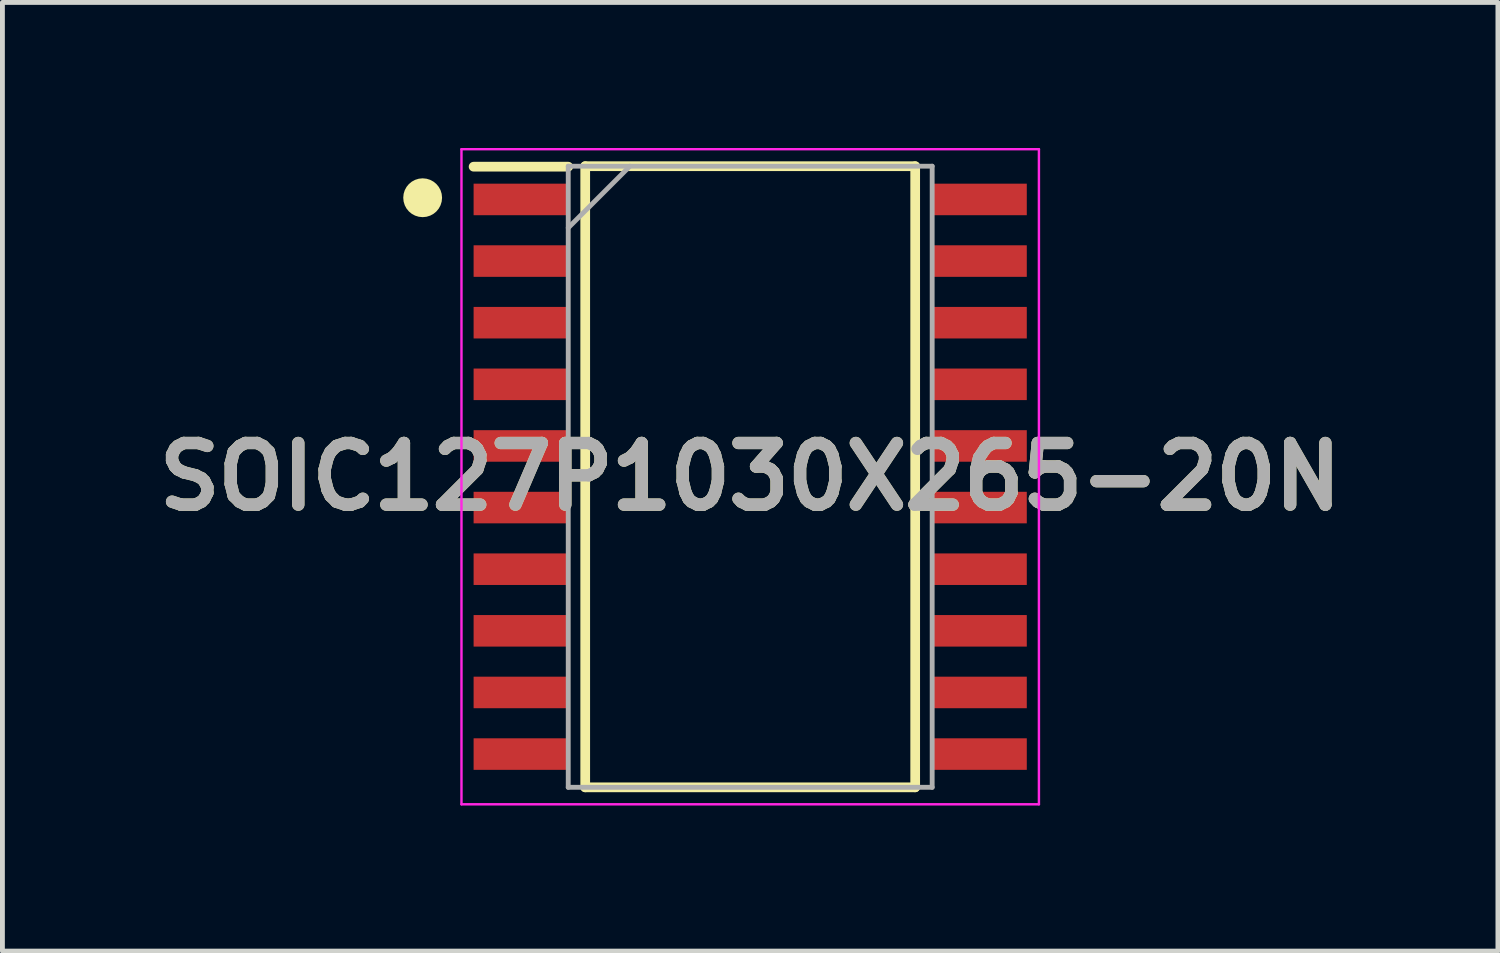
<source format=kicad_pcb>
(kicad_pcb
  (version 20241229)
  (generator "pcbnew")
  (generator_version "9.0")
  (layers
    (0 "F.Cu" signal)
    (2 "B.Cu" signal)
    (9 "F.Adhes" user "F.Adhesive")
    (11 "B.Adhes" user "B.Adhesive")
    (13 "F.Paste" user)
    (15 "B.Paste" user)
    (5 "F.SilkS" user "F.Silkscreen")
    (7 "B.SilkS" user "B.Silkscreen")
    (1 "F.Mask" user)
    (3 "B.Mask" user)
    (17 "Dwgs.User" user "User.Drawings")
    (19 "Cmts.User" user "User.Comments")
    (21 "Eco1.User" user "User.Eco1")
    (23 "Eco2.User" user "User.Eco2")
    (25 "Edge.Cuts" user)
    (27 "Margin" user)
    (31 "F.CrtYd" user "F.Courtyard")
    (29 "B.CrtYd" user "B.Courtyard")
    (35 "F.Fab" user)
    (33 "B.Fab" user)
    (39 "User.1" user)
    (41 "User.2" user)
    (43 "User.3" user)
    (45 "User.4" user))
  (footprint "SOIC127P1030X265-20N"
    (layer "F.Cu")
    (at 12.41 6.775)
    (property "Reference" "SOIC127P1030X265-20N" (at 0 0 0) (layer "F.SilkS") (effects (font (size 1.27 1.27) (thickness 0.254))))
    (attr smd)
    (fp_line (start -5.7 -6.39) (end -3.75 -6.39) (stroke (width 0.2) (type solid)) (layer "F.SilkS"))
    (fp_line (start -3.4 -6.4) (end 3.4 -6.4) (stroke (width 0.2) (type solid)) (layer "F.SilkS"))
    (fp_line (start -3.4 6.4) (end -3.4 -6.4) (stroke (width 0.2) (type solid)) (layer "F.SilkS"))
    (fp_line (start 3.4 -6.4) (end 3.4 6.4) (stroke (width 0.2) (type solid)) (layer "F.SilkS"))
    (fp_line (start 3.4 6.4) (end -3.4 6.4) (stroke (width 0.2) (type solid)) (layer "F.SilkS"))
    (fp_circle (center -6.75 -5.75) (end -6.75 -5.75) (stroke (width 0.4) (type solid)) (fill no) (layer "F.SilkS"))
    (fp_line (start -5.95 -6.75) (end 5.95 -6.75) (stroke (width 0.05) (type solid)) (layer "F.CrtYd"))
    (fp_line (start -5.95 6.75) (end -5.95 -6.75) (stroke (width 0.05) (type solid)) (layer "F.CrtYd"))
    (fp_line (start 5.95 -6.75) (end 5.95 6.75) (stroke (width 0.05) (type solid)) (layer "F.CrtYd"))
    (fp_line (start 5.95 6.75) (end -5.95 6.75) (stroke (width 0.05) (type solid)) (layer "F.CrtYd"))
    (fp_line (start -3.75 -6.4) (end 3.75 -6.4) (stroke (width 0.1) (type solid)) (layer "F.Fab"))
    (fp_line (start -3.75 -5.13) (end -2.48 -6.4) (stroke (width 0.1) (type solid)) (layer "F.Fab"))
    (fp_line (start -3.75 6.4) (end -3.75 -6.4) (stroke (width 0.1) (type solid)) (layer "F.Fab"))
    (fp_line (start 3.75 -6.4) (end 3.75 6.4) (stroke (width 0.1) (type solid)) (layer "F.Fab"))
    (fp_line (start 3.75 6.4) (end -3.75 6.4) (stroke (width 0.1) (type solid)) (layer "F.Fab"))
    (fp_text user "${REFERENCE}" (at 0 0 0) (layer "F.Fab") (effects (font (size 1.27 1.27) (thickness 0.254))))
    (pad "1" smd rect (at -4.725 -5.715 90) (size 0.65 1.95) (layers "F.Cu" "F.Mask" "F.Paste"))
    (pad "2" smd rect (at -4.725 -4.445 90) (size 0.65 1.95) (layers "F.Cu" "F.Mask" "F.Paste"))
    (pad "3" smd rect (at -4.725 -3.175 90) (size 0.65 1.95) (layers "F.Cu" "F.Mask" "F.Paste"))
    (pad "4" smd rect (at -4.725 -1.905 90) (size 0.65 1.95) (layers "F.Cu" "F.Mask" "F.Paste"))
    (pad "5" smd rect (at -4.725 -0.635 90) (size 0.65 1.95) (layers "F.Cu" "F.Mask" "F.Paste"))
    (pad "6" smd rect (at -4.725 0.635 90) (size 0.65 1.95) (layers "F.Cu" "F.Mask" "F.Paste"))
    (pad "7" smd rect (at -4.725 1.905 90) (size 0.65 1.95) (layers "F.Cu" "F.Mask" "F.Paste"))
    (pad "8" smd rect (at -4.725 3.175 90) (size 0.65 1.95) (layers "F.Cu" "F.Mask" "F.Paste"))
    (pad "9" smd rect (at -4.725 4.445 90) (size 0.65 1.95) (layers "F.Cu" "F.Mask" "F.Paste"))
    (pad "10" smd rect (at -4.725 5.715 90) (size 0.65 1.95) (layers "F.Cu" "F.Mask" "F.Paste"))
    (pad "11" smd rect (at 4.725 5.715 90) (size 0.65 1.95) (layers "F.Cu" "F.Mask" "F.Paste"))
    (pad "12" smd rect (at 4.725 4.445 90) (size 0.65 1.95) (layers "F.Cu" "F.Mask" "F.Paste"))
    (pad "13" smd rect (at 4.725 3.175 90) (size 0.65 1.95) (layers "F.Cu" "F.Mask" "F.Paste"))
    (pad "14" smd rect (at 4.725 1.905 90) (size 0.65 1.95) (layers "F.Cu" "F.Mask" "F.Paste"))
    (pad "15" smd rect (at 4.725 0.635 90) (size 0.65 1.95) (layers "F.Cu" "F.Mask" "F.Paste"))
    (pad "16" smd rect (at 4.725 -0.635 90) (size 0.65 1.95) (layers "F.Cu" "F.Mask" "F.Paste"))
    (pad "17" smd rect (at 4.725 -1.905 90) (size 0.65 1.95) (layers "F.Cu" "F.Mask" "F.Paste"))
    (pad "18" smd rect (at 4.725 -3.175 90) (size 0.65 1.95) (layers "F.Cu" "F.Mask" "F.Paste"))
    (pad "19" smd rect (at 4.725 -4.445 90) (size 0.65 1.95) (layers "F.Cu" "F.Mask" "F.Paste"))
    (pad "20" smd rect (at 4.725 -5.715 90) (size 0.65 1.95) (layers "F.Cu" "F.Mask" "F.Paste")))
  (gr_rect
    (start -3 -3)
    (end 27.819 16.55)
    (stroke (width 0.1) (type default))
    (fill no)
    (layer "Edge.Cuts")))
</source>
